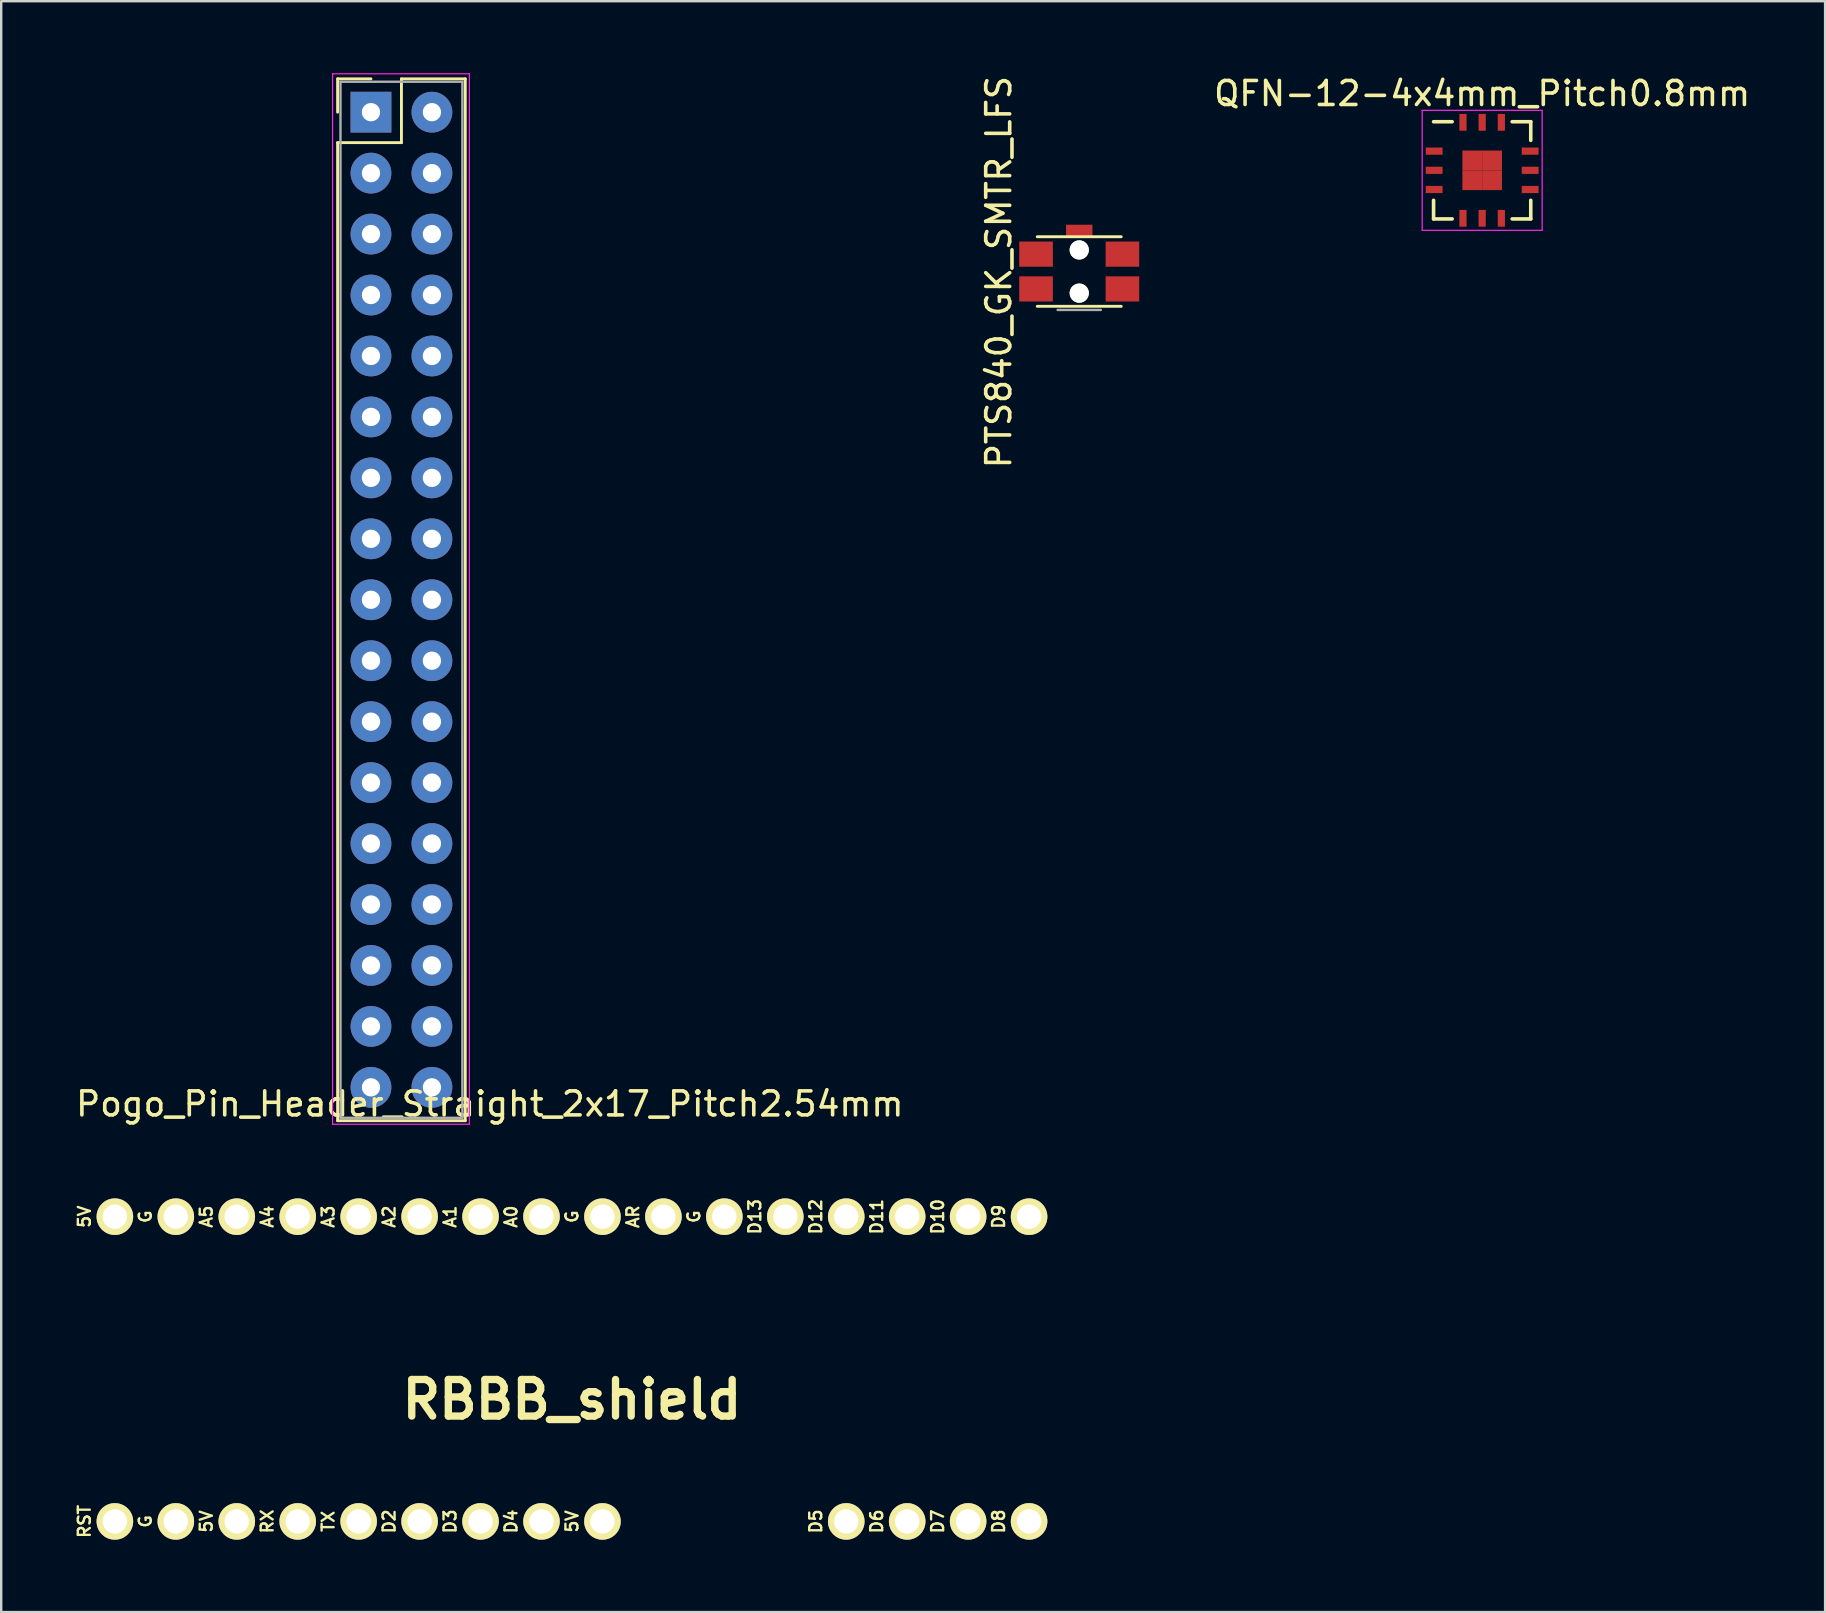
<source format=kicad_pcb>
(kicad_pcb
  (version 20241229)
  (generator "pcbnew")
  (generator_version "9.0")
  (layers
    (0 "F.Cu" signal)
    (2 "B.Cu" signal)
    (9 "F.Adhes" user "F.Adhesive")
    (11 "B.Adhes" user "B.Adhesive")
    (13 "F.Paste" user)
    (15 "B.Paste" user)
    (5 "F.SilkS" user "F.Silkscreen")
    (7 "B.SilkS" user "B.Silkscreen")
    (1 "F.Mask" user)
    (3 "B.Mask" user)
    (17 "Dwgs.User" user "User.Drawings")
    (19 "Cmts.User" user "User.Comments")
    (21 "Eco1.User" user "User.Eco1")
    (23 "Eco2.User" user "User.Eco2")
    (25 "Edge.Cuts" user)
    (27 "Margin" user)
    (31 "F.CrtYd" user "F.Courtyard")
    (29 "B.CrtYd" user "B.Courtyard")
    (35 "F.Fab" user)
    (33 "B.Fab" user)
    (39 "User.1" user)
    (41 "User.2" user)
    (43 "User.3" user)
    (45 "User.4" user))
  (footprint "Pogo_Pin_Header_Straight_2x17_Pitch2.54mm"
    (layer "F.Cu")
    (at 13.68 21.945)
    (property "Reference" "Pogo_Pin_Header_Straight_2x17_Pitch2.54mm" (at 3.683 21.011 0) (layer "F.SilkS") (effects (font (size 1 1) (thickness 0.15))))
    (attr through_hole)
    (fp_line (start -2.66 -21.71) (end -1.27 -21.71) (stroke (width 0.12) (type solid)) (layer "F.SilkS"))
    (fp_line (start -2.66 -20.32) (end -2.66 -21.71) (stroke (width 0.12) (type solid)) (layer "F.SilkS"))
    (fp_line (start -2.66 -19.05) (end -2.66 21.71) (stroke (width 0.12) (type solid)) (layer "F.SilkS"))
    (fp_line (start -2.66 21.71) (end 2.66 21.71) (stroke (width 0.12) (type solid)) (layer "F.SilkS"))
    (fp_line (start 0 -21.71) (end 0 -19.05) (stroke (width 0.12) (type solid)) (layer "F.SilkS"))
    (fp_line (start 0 -19.05) (end -2.66 -19.05) (stroke (width 0.12) (type solid)) (layer "F.SilkS"))
    (fp_line (start 2.66 -21.71) (end 0 -21.71) (stroke (width 0.12) (type solid)) (layer "F.SilkS"))
    (fp_line (start 2.66 21.71) (end 2.66 -21.71) (stroke (width 0.12) (type solid)) (layer "F.SilkS"))
    (fp_line (start -2.87 -21.92) (end -2.87 21.86) (stroke (width 0.05) (type solid)) (layer "F.CrtYd"))
    (fp_line (start -2.87 21.86) (end 2.83 21.86) (stroke (width 0.05) (type solid)) (layer "F.CrtYd"))
    (fp_line (start 2.83 -21.92) (end -2.87 -21.92) (stroke (width 0.05) (type solid)) (layer "F.CrtYd"))
    (fp_line (start 2.83 21.86) (end 2.83 -21.92) (stroke (width 0.05) (type solid)) (layer "F.CrtYd"))
    (fp_line (start -2.54 -21.59) (end -2.54 21.59) (stroke (width 0.1) (type solid)) (layer "F.Fab"))
    (fp_line (start -2.54 21.59) (end 2.54 21.59) (stroke (width 0.1) (type solid)) (layer "F.Fab"))
    (fp_line (start 2.54 -21.59) (end -2.54 -21.59) (stroke (width 0.1) (type solid)) (layer "F.Fab"))
    (fp_line (start 2.54 21.59) (end 2.54 -21.59) (stroke (width 0.1) (type solid)) (layer "F.Fab"))
    (pad "1" thru_hole rect (at -1.27 -20.32) (size 1.7 1.7) (drill 0.762) (layers "*.Cu" "*.Mask"))
    (pad "2" thru_hole oval (at 1.27 -20.32) (size 1.7 1.7) (drill 0.762) (layers "*.Cu" "*.Mask"))
    (pad "3" thru_hole oval (at -1.27 -17.78) (size 1.7 1.7) (drill 0.762) (layers "*.Cu" "*.Mask"))
    (pad "4" thru_hole oval (at 1.27 -17.78) (size 1.7 1.7) (drill 0.762) (layers "*.Cu" "*.Mask"))
    (pad "5" thru_hole oval (at -1.27 -15.24) (size 1.7 1.7) (drill 0.762) (layers "*.Cu" "*.Mask"))
    (pad "6" thru_hole oval (at 1.27 -15.24) (size 1.7 1.7) (drill 0.762) (layers "*.Cu" "*.Mask"))
    (pad "7" thru_hole oval (at -1.27 -12.7) (size 1.7 1.7) (drill 0.762) (layers "*.Cu" "*.Mask"))
    (pad "8" thru_hole oval (at 1.27 -12.7) (size 1.7 1.7) (drill 0.762) (layers "*.Cu" "*.Mask"))
    (pad "9" thru_hole oval (at -1.27 -10.16) (size 1.7 1.7) (drill 0.762) (layers "*.Cu" "*.Mask"))
    (pad "10" thru_hole oval (at 1.27 -10.16) (size 1.7 1.7) (drill 0.762) (layers "*.Cu" "*.Mask"))
    (pad "11" thru_hole oval (at -1.27 -7.62) (size 1.7 1.7) (drill 0.762) (layers "*.Cu" "*.Mask"))
    (pad "12" thru_hole oval (at 1.27 -7.62) (size 1.7 1.7) (drill 0.762) (layers "*.Cu" "*.Mask"))
    (pad "13" thru_hole oval (at -1.27 -5.08) (size 1.7 1.7) (drill 0.762) (layers "*.Cu" "*.Mask"))
    (pad "14" thru_hole oval (at 1.27 -5.08) (size 1.7 1.7) (drill 0.762) (layers "*.Cu" "*.Mask"))
    (pad "15" thru_hole oval (at -1.27 -2.54) (size 1.7 1.7) (drill 0.762) (layers "*.Cu" "*.Mask"))
    (pad "16" thru_hole oval (at 1.27 -2.54) (size 1.7 1.7) (drill 0.762) (layers "*.Cu" "*.Mask"))
    (pad "17" thru_hole oval (at -1.27 0) (size 1.7 1.7) (drill 0.762) (layers "*.Cu" "*.Mask"))
    (pad "18" thru_hole oval (at 1.27 0) (size 1.7 1.7) (drill 0.762) (layers "*.Cu" "*.Mask"))
    (pad "19" thru_hole oval (at -1.27 2.54) (size 1.7 1.7) (drill 0.762) (layers "*.Cu" "*.Mask"))
    (pad "20" thru_hole oval (at 1.27 2.54) (size 1.7 1.7) (drill 0.762) (layers "*.Cu" "*.Mask"))
    (pad "21" thru_hole oval (at -1.27 5.08) (size 1.7 1.7) (drill 0.762) (layers "*.Cu" "*.Mask"))
    (pad "22" thru_hole oval (at 1.27 5.08) (size 1.7 1.7) (drill 0.762) (layers "*.Cu" "*.Mask"))
    (pad "23" thru_hole oval (at -1.27 7.62) (size 1.7 1.7) (drill 0.762) (layers "*.Cu" "*.Mask"))
    (pad "24" thru_hole oval (at 1.27 7.62) (size 1.7 1.7) (drill 0.762) (layers "*.Cu" "*.Mask"))
    (pad "25" thru_hole oval (at -1.27 10.16) (size 1.7 1.7) (drill 0.762) (layers "*.Cu" "*.Mask"))
    (pad "26" thru_hole oval (at 1.27 10.16) (size 1.7 1.7) (drill 0.762) (layers "*.Cu" "*.Mask"))
    (pad "27" thru_hole oval (at -1.27 12.7) (size 1.7 1.7) (drill 0.762) (layers "*.Cu" "*.Mask"))
    (pad "28" thru_hole oval (at 1.27 12.7) (size 1.7 1.7) (drill 0.762) (layers "*.Cu" "*.Mask"))
    (pad "29" thru_hole oval (at -1.27 15.24) (size 1.7 1.7) (drill 0.762) (layers "*.Cu" "*.Mask"))
    (pad "30" thru_hole oval (at 1.27 15.24) (size 1.7 1.7) (drill 0.762) (layers "*.Cu" "*.Mask"))
    (pad "31" thru_hole oval (at -1.27 17.78) (size 1.7 1.7) (drill 0.762) (layers "*.Cu" "*.Mask"))
    (pad "32" thru_hole oval (at 1.27 17.78) (size 1.7 1.7) (drill 0.762) (layers "*.Cu" "*.Mask"))
    (pad "33" thru_hole oval (at -1.27 20.32) (size 1.7 1.7) (drill 0.762) (layers "*.Cu" "*.Mask"))
    (pad "34" thru_hole oval (at 1.27 20.32) (size 1.7 1.7) (drill 0.762) (layers "*.Cu" "*.Mask")))
  (footprint "RBBB_shield"
    (layer "F.Cu")
    (at 20.787 54.005)
    (property "Reference" "RBBB_shield" (at 0 1.27 0) (layer "F.SilkS") (effects (font (size 1.524 1.524) (thickness 0.305))))
    (attr through_hole)
    (fp_text user "5V" (at -15.24 6.35 90) (layer "F.SilkS") (effects (font (size 0.5 0.5) (thickness 0.099))))
    (fp_text user "AR" (at 2.54 -6.35 90) (layer "F.SilkS") (effects (font (size 0.5 0.5) (thickness 0.099))))
    (fp_text user "TX" (at -10.16 6.35 90) (layer "F.SilkS") (effects (font (size 0.5 0.5) (thickness 0.099))))
    (fp_text user "G" (at -17.78 6.35 90) (layer "F.SilkS") (effects (font (size 0.5 0.5) (thickness 0.099))))
    (fp_text user "A1" (at -5.08 -6.35 90) (layer "F.SilkS") (effects (font (size 0.5 0.5) (thickness 0.099))))
    (fp_text user "D5" (at 10.16 6.35 90) (layer "F.SilkS") (effects (font (size 0.5 0.5) (thickness 0.099))))
    (fp_text user "RST" (at -20.32 6.35 90) (layer "F.SilkS") (effects (font (size 0.5 0.5) (thickness 0.099))))
    (fp_text user "D11" (at 12.7 -6.35 90) (layer "F.SilkS") (effects (font (size 0.5 0.5) (thickness 0.099))))
    (fp_text user "A0" (at -2.54 -6.35 90) (layer "F.SilkS") (effects (font (size 0.5 0.5) (thickness 0.099))))
    (fp_text user "A3" (at -10.16 -6.35 90) (layer "F.SilkS") (effects (font (size 0.5 0.5) (thickness 0.099))))
    (fp_text user "D13" (at 7.62 -6.35 90) (layer "F.SilkS") (effects (font (size 0.5 0.5) (thickness 0.099))))
    (fp_text user "A4" (at -12.7 -6.35 90) (layer "F.SilkS") (effects (font (size 0.5 0.5) (thickness 0.099))))
    (fp_text user "G" (at 5.08 -6.35 90) (layer "F.SilkS") (effects (font (size 0.5 0.5) (thickness 0.099))))
    (fp_text user "A2" (at -7.62 -6.35 90) (layer "F.SilkS") (effects (font (size 0.5 0.5) (thickness 0.099))))
    (fp_text user "RX" (at -12.7 6.35 90) (layer "F.SilkS") (effects (font (size 0.5 0.5) (thickness 0.099))))
    (fp_text user "D6" (at 12.7 6.35 90) (layer "F.SilkS") (effects (font (size 0.5 0.5) (thickness 0.099))))
    (fp_text user "D2" (at -7.62 6.35 90) (layer "F.SilkS") (effects (font (size 0.5 0.5) (thickness 0.099))))
    (fp_text user "G" (at -17.78 -6.35 90) (layer "F.SilkS") (effects (font (size 0.5 0.5) (thickness 0.099))))
    (fp_text user "G" (at 0 -6.35 90) (layer "F.SilkS") (effects (font (size 0.5 0.5) (thickness 0.099))))
    (fp_text user "D8" (at 17.78 6.35 90) (layer "F.SilkS") (effects (font (size 0.5 0.5) (thickness 0.099))))
    (fp_text user "D3" (at -5.08 6.35 90) (layer "F.SilkS") (effects (font (size 0.5 0.5) (thickness 0.099))))
    (fp_text user "D7" (at 15.24 6.35 90) (layer "F.SilkS") (effects (font (size 0.5 0.5) (thickness 0.099))))
    (fp_text user "5V" (at 0 6.35 90) (layer "F.SilkS") (effects (font (size 0.5 0.5) (thickness 0.099))))
    (fp_text user "A5" (at -15.24 -6.35 90) (layer "F.SilkS") (effects (font (size 0.5 0.5) (thickness 0.099))))
    (fp_text user "D12" (at 10.16 -6.35 90) (layer "F.SilkS") (effects (font (size 0.5 0.5) (thickness 0.099))))
    (fp_text user "D10" (at 15.24 -6.35 90) (layer "F.SilkS") (effects (font (size 0.5 0.5) (thickness 0.099))))
    (fp_text user "D4" (at -2.54 6.35 90) (layer "F.SilkS") (effects (font (size 0.5 0.5) (thickness 0.099))))
    (fp_text user "5V" (at -20.32 -6.35 90) (layer "F.SilkS") (effects (font (size 0.5 0.5) (thickness 0.099))))
    (fp_text user "D9" (at 17.78 -6.35 90) (layer "F.SilkS") (effects (font (size 0.5 0.5) (thickness 0.099))))
    (pad "1" thru_hole circle (at -19.05 6.35) (size 1.524 1.524) (drill 1.016) (layers "*.Cu" "*.Mask" "F.SilkS"))
    (pad "2" thru_hole circle (at -16.51 6.35) (size 1.524 1.524) (drill 1.016) (layers "*.Cu" "*.Mask" "F.SilkS"))
    (pad "3" thru_hole circle (at -13.97 6.35) (size 1.524 1.524) (drill 1.016) (layers "*.Cu" "*.Mask" "F.SilkS"))
    (pad "4" thru_hole circle (at -11.43 6.35) (size 1.524 1.524) (drill 1.016) (layers "*.Cu" "*.Mask" "F.SilkS"))
    (pad "5" thru_hole circle (at -8.89 6.35) (size 1.524 1.524) (drill 1.016) (layers "*.Cu" "*.Mask" "F.SilkS"))
    (pad "6" thru_hole circle (at -6.35 6.35) (size 1.524 1.524) (drill 1.016) (layers "*.Cu" "*.Mask" "F.SilkS"))
    (pad "7" thru_hole circle (at -3.81 6.35) (size 1.524 1.524) (drill 1.016) (layers "*.Cu" "*.Mask" "F.SilkS"))
    (pad "8" thru_hole circle (at -1.27 6.35) (size 1.524 1.524) (drill 1.016) (layers "*.Cu" "*.Mask" "F.SilkS"))
    (pad "9" thru_hole circle (at 1.27 6.35) (size 1.524 1.524) (drill 1.016) (layers "*.Cu" "*.Mask" "F.SilkS"))
    (pad "10" thru_hole circle (at 11.43 6.35) (size 1.524 1.524) (drill 1.016) (layers "*.Cu" "*.Mask" "F.SilkS"))
    (pad "11" thru_hole circle (at 13.97 6.35) (size 1.524 1.524) (drill 1.016) (layers "*.Cu" "*.Mask" "F.SilkS"))
    (pad "12" thru_hole circle (at 16.51 6.35) (size 1.524 1.524) (drill 1.016) (layers "*.Cu" "*.Mask" "F.SilkS"))
    (pad "13" thru_hole circle (at 19.05 6.35) (size 1.524 1.524) (drill 1.016) (layers "*.Cu" "*.Mask" "F.SilkS"))
    (pad "14" thru_hole circle (at 19.05 -6.35) (size 1.524 1.524) (drill 1.016) (layers "*.Cu" "*.Mask" "F.SilkS"))
    (pad "15" thru_hole circle (at 16.51 -6.35) (size 1.524 1.524) (drill 1.016) (layers "*.Cu" "*.Mask" "F.SilkS"))
    (pad "16" thru_hole circle (at 13.97 -6.35) (size 1.524 1.524) (drill 1.016) (layers "*.Cu" "*.Mask" "F.SilkS"))
    (pad "17" thru_hole circle (at 11.43 -6.35) (size 1.524 1.524) (drill 1.016) (layers "*.Cu" "*.Mask" "F.SilkS"))
    (pad "18" thru_hole circle (at 8.89 -6.35) (size 1.524 1.524) (drill 1.016) (layers "*.Cu" "*.Mask" "F.SilkS"))
    (pad "19" thru_hole circle (at 6.35 -6.35) (size 1.524 1.524) (drill 1.016) (layers "*.Cu" "*.Mask" "F.SilkS"))
    (pad "20" thru_hole circle (at 3.81 -6.35) (size 1.524 1.524) (drill 1.016) (layers "*.Cu" "*.Mask" "F.SilkS"))
    (pad "21" thru_hole circle (at 1.27 -6.35) (size 1.524 1.524) (drill 1.016) (layers "*.Cu" "*.Mask" "F.SilkS"))
    (pad "22" thru_hole circle (at -1.27 -6.35) (size 1.524 1.524) (drill 1.016) (layers "*.Cu" "*.Mask" "F.SilkS"))
    (pad "23" thru_hole circle (at -3.81 -6.35) (size 1.524 1.524) (drill 1.016) (layers "*.Cu" "*.Mask" "F.SilkS"))
    (pad "24" thru_hole circle (at -6.35 -6.35) (size 1.524 1.524) (drill 1.016) (layers "*.Cu" "*.Mask" "F.SilkS"))
    (pad "25" thru_hole circle (at -8.89 -6.35) (size 1.524 1.524) (drill 1.016) (layers "*.Cu" "*.Mask" "F.SilkS"))
    (pad "26" thru_hole circle (at -11.43 -6.35) (size 1.524 1.524) (drill 1.016) (layers "*.Cu" "*.Mask" "F.SilkS"))
    (pad "27" thru_hole circle (at -13.97 -6.35) (size 1.524 1.524) (drill 1.016) (layers "*.Cu" "*.Mask" "F.SilkS"))
    (pad "28" thru_hole circle (at -16.51 -6.35) (size 1.524 1.524) (drill 1.016) (layers "*.Cu" "*.Mask" "F.SilkS"))
    (pad "29" thru_hole circle (at -19.05 -6.35) (size 1.524 1.524) (drill 1.016) (layers "*.Cu" "*.Mask" "F.SilkS")))
  (footprint "PTS840_GK_SMTR_LFS"
    (layer "F.Cu")
    (at 41.927 8.266)
    (property "Reference" "PTS840_GK_SMTR_LFS" (at -3.353 0.025 90) (layer "F.SilkS") (effects (font (size 1 1) (thickness 0.15))))
    (attr smd)
    (fp_line (start -1.75 -1.45) (end 1.75 -1.45) (stroke (width 0.12) (type solid)) (layer "F.SilkS"))
    (fp_line (start -1.75 1.45) (end 1.75 1.45) (stroke (width 0.12) (type solid)) (layer "F.SilkS"))
    (fp_line (start -0.9 1.6) (end 0.9 1.6) (stroke (width 0.1) (type solid)) (layer "F.Fab"))
    (pad "" np_thru_hole circle (at 0 -0.9) (size 0.8 0.8) (drill 0.8) (layers "*.Cu" "*.Mask" "F.SilkS"))
    (pad "" np_thru_hole circle (at 0 0.9) (size 0.8 0.8) (drill 0.8) (layers "*.Cu" "*.Mask" "F.SilkS"))
    (pad "1" smd rect (at -1.8 -0.725) (size 1.4 1.05) (layers "F.Cu" "F.Mask" "F.Paste"))
    (pad "1" smd rect (at 1.8 -0.725) (size 1.4 1.05) (layers "F.Cu" "F.Mask" "F.Paste"))
    (pad "2" smd rect (at -1.8 0.725) (size 1.4 1.05) (layers "F.Cu" "F.Mask" "F.Paste"))
    (pad "2" smd rect (at 1.8 0.725) (size 1.4 1.05) (layers "F.Cu" "F.Mask" "F.Paste"))
    (pad "3" smd rect (at 0 -1.7) (size 1.1 0.5) (layers "F.Cu" "F.Mask" "B.Adhes" "F.Paste")))
  (footprint "QFN-12-4x4mm_Pitch0.8mm"
    (layer "F.Cu")
    (at 58.719 4.048)
    (property "Reference" "QFN-12-4x4mm_Pitch0.8mm" (at 0 -3.2 0) (layer "F.SilkS") (effects (font (size 1 1) (thickness 0.15))))
    (attr smd)
    (fp_line (start -2.025 -2.025) (end -1.25 -2.025) (stroke (width 0.15) (type solid)) (layer "F.SilkS"))
    (fp_line (start -2.025 2.025) (end -2.025 1.25) (stroke (width 0.15) (type solid)) (layer "F.SilkS"))
    (fp_line (start -2.025 2.025) (end -1.25 2.025) (stroke (width 0.15) (type solid)) (layer "F.SilkS"))
    (fp_line (start 2.025 -2.025) (end 1.25 -2.025) (stroke (width 0.15) (type solid)) (layer "F.SilkS"))
    (fp_line (start 2.025 -2.025) (end 2.025 -1.25) (stroke (width 0.15) (type solid)) (layer "F.SilkS"))
    (fp_line (start 2.025 2.025) (end 1.25 2.025) (stroke (width 0.15) (type solid)) (layer "F.SilkS"))
    (fp_line (start 2.025 2.025) (end 2.025 1.25) (stroke (width 0.15) (type solid)) (layer "F.SilkS"))
    (fp_line (start -2.5 -2.5) (end -2.5 2.5) (stroke (width 0.05) (type solid)) (layer "F.CrtYd"))
    (fp_line (start -2.5 -2.5) (end 2.5 -2.5) (stroke (width 0.05) (type solid)) (layer "F.CrtYd"))
    (fp_line (start -2.5 2.5) (end 2.5 2.5) (stroke (width 0.05) (type solid)) (layer "F.CrtYd"))
    (fp_line (start 2.5 -2.5) (end 2.5 2.5) (stroke (width 0.05) (type solid)) (layer "F.CrtYd"))
    (pad "1" smd rect (at -2 -0.8) (size 0.7 0.3) (layers "F.Cu" "F.Mask" "F.Paste"))
    (pad "2" smd rect (at -2 0) (size 0.7 0.3) (layers "F.Cu" "F.Mask" "F.Paste"))
    (pad "3" smd rect (at -2 0.8) (size 0.7 0.3) (layers "F.Cu" "F.Mask" "F.Paste"))
    (pad "4" smd rect (at -0.8 2 90) (size 0.7 0.3) (layers "F.Cu" "F.Mask" "F.Paste"))
    (pad "5" smd rect (at 0 2 90) (size 0.7 0.3) (layers "F.Cu" "F.Mask" "F.Paste"))
    (pad "6" smd rect (at 0.8 2 90) (size 0.7 0.3) (layers "F.Cu" "F.Mask" "F.Paste"))
    (pad "7" smd rect (at 2 0.8) (size 0.7 0.3) (layers "F.Cu" "F.Mask" "F.Paste"))
    (pad "8" smd rect (at 2 0) (size 0.7 0.3) (layers "F.Cu" "F.Mask" "F.Paste"))
    (pad "9" smd rect (at 2 -0.8) (size 0.7 0.3) (layers "F.Cu" "F.Mask" "F.Paste"))
    (pad "10" smd rect (at 0.8 -2 90) (size 0.7 0.3) (layers "F.Cu" "F.Mask" "F.Paste"))
    (pad "11" smd rect (at 0 -2 90) (size 0.7 0.3) (layers "F.Cu" "F.Mask" "F.Paste"))
    (pad "12" smd rect (at -0.8 -2 90) (size 0.7 0.3) (layers "F.Cu" "F.Mask" "F.Paste"))
    (pad "13" smd rect (at -0.412 -0.412) (size 0.825 0.825) (layers "F.Cu" "F.Mask" "F.Paste"))
    (pad "13" smd rect (at -0.412 0.412) (size 0.825 0.825) (layers "F.Cu" "F.Mask" "F.Paste"))
    (pad "13" smd rect (at 0.412 -0.412) (size 0.825 0.825) (layers "F.Cu" "F.Mask" "F.Paste"))
    (pad "13" smd rect (at 0.412 0.412) (size 0.825 0.825) (layers "F.Cu" "F.Mask" "F.Paste")))
  (gr_rect
    (start -3 -3)
    (end 73.011 64.133)
    (stroke (width 0.1) (type default))
    (fill no)
    (layer "Edge.Cuts")))
</source>
